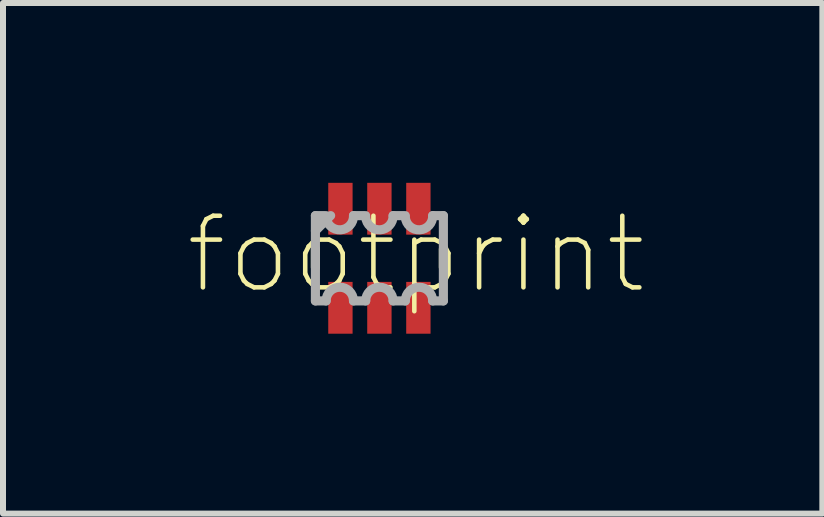
<source format=kicad_pcb>
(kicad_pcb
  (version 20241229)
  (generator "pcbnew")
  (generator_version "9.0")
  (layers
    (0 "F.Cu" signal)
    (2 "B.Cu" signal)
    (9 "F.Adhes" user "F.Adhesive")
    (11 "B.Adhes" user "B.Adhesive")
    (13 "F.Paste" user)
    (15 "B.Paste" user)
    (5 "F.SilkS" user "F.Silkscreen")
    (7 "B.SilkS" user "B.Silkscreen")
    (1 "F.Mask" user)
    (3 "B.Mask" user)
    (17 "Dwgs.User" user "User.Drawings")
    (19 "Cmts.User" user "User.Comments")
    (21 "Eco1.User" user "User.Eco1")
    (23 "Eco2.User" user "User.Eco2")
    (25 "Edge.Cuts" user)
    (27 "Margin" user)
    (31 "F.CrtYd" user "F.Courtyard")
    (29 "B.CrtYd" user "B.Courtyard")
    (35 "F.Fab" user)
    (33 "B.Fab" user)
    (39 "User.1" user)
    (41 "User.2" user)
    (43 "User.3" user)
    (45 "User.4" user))
  (footprint "footprint"
    (layer "F.Cu")
    (at 3.277 1.257)
    (property "Reference" "footprint" (at -3.277 0.635 0) (layer "F.SilkS") (effects (font (size 1.194 1.194) (thickness 0.076)) (justify left bottom)))
    (fp_line (start -1.067 0.152) (end -1.067 -0.152) (stroke (width 0.152) (type solid)) (layer "F.SilkS"))
    (fp_line (start 1.067 0.152) (end 1.067 -0.152) (stroke (width 0.152) (type solid)) (layer "F.SilkS"))
    (fp_line (start -1.067 -0.711) (end -1.067 0.711) (stroke (width 0.152) (type solid)) (layer "F.Fab"))
    (fp_line (start -0.889 -0.711) (end -1.067 -0.711) (stroke (width 0.152) (type solid)) (layer "F.Fab"))
    (fp_line (start -0.889 0.711) (end -1.067 0.711) (stroke (width 0.152) (type solid)) (layer "F.Fab"))
    (fp_line (start -0.813 -0.711) (end -1.067 -0.457) (stroke (width 0.152) (type solid)) (layer "F.Fab"))
    (fp_line (start -0.229 -0.711) (end -0.432 -0.711) (stroke (width 0.152) (type solid)) (layer "F.Fab"))
    (fp_line (start -0.229 0.711) (end -0.432 0.711) (stroke (width 0.152) (type solid)) (layer "F.Fab"))
    (fp_line (start 0.432 -0.711) (end 0.229 -0.711) (stroke (width 0.152) (type solid)) (layer "F.Fab"))
    (fp_line (start 0.432 0.711) (end 0.229 0.711) (stroke (width 0.152) (type solid)) (layer "F.Fab"))
    (fp_line (start 0.889 -0.711) (end 1.067 -0.711) (stroke (width 0.152) (type solid)) (layer "F.Fab"))
    (fp_line (start 0.889 0.711) (end 1.067 0.711) (stroke (width 0.152) (type solid)) (layer "F.Fab"))
    (fp_line (start 1.067 -0.711) (end 1.067 0.711) (stroke (width 0.152) (type solid)) (layer "F.Fab"))
    (fp_arc (start -0.889 0.7112) (mid -0.6604 0.4826) (end -0.4318 0.7112) (stroke (width 0.1524) (type solid)) (layer "F.Fab"))
    (fp_arc (start -0.4318 -0.7112) (mid -0.6477 -0.4699) (end -0.889 -0.6858) (stroke (width 0.1524) (type solid)) (layer "F.Fab"))
    (fp_arc (start -0.2286 0.7112) (mid 0 0.4826) (end 0.2286 0.7112) (stroke (width 0.1524) (type solid)) (layer "F.Fab"))
    (fp_arc (start 0.2286 -0.7112) (mid 0.0127 -0.4699) (end -0.2286 -0.6858) (stroke (width 0.1524) (type solid)) (layer "F.Fab"))
    (fp_arc (start 0.4318 0.7112) (mid 0.6604 0.4826) (end 0.889 0.7112) (stroke (width 0.1524) (type solid)) (layer "F.Fab"))
    (fp_arc (start 0.889 -0.7112) (mid 0.6731 -0.4699) (end 0.4318 -0.6858) (stroke (width 0.1524) (type solid)) (layer "F.Fab"))
    (pad "1" smd rect (at -0.65 0.826 90) (size 0.864 0.406) (layers "F.Cu" "F.Mask" "F.Paste"))
    (pad "2" smd rect (at 0 0.826 90) (size 0.864 0.406) (layers "F.Cu" "F.Mask" "F.Paste"))
    (pad "3" smd rect (at 0.65 0.826 90) (size 0.864 0.406) (layers "F.Cu" "F.Mask" "F.Paste"))
    (pad "4" smd rect (at 0.65 -0.826 270) (size 0.864 0.406) (layers "F.Cu" "F.Mask" "F.Paste"))
    (pad "5" smd rect (at 0 -0.826 270) (size 0.864 0.406) (layers "F.Cu" "F.Mask" "F.Paste"))
    (pad "6" smd rect (at -0.65 -0.826 270) (size 0.864 0.406) (layers "F.Cu" "F.Mask" "F.Paste")))
  (gr_rect
    (start -3 -3)
    (end 10.664 5.515)
    (stroke (width 0.1) (type default))
    (fill no)
    (layer "Edge.Cuts")))
</source>
